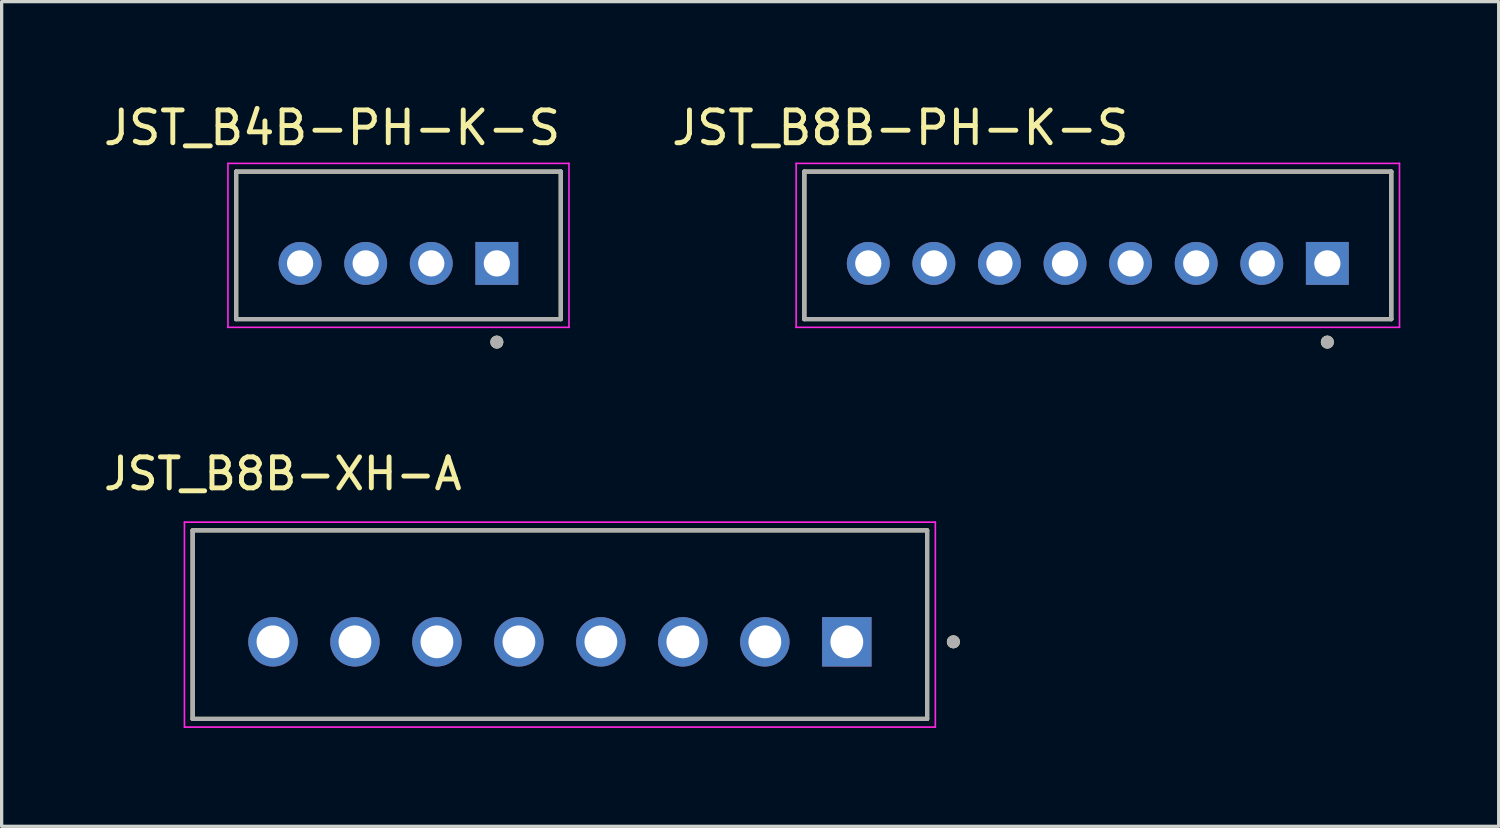
<source format=kicad_pcb>
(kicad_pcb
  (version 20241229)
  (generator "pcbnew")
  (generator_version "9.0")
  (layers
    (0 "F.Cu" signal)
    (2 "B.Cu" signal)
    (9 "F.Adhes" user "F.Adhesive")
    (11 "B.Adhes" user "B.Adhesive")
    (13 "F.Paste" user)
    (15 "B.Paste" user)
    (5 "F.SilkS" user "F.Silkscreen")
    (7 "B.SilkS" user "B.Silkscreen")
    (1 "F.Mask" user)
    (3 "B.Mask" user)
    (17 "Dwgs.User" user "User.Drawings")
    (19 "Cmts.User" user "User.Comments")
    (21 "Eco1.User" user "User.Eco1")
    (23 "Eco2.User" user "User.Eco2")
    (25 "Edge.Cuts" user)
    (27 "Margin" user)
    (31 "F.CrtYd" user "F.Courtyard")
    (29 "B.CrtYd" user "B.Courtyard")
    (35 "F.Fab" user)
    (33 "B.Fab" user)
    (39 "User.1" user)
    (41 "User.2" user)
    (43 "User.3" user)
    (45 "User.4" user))
  (footprint "JST_B4B-PH-K-S"
    (layer "F.Cu")
    (at 9.102 4.433)
    (property "Reference" "JST_B4B-PH-K-S" (at -2.025 -3.585 0) (layer "F.SilkS") (effects (font (size 1 1) (thickness 0.15))))
    (attr through_hole)
    (fp_line (start -4.95 -2.25) (end 4.95 -2.25) (stroke (width 0.127) (type solid)) (layer "F.SilkS"))
    (fp_line (start -4.95 2.25) (end -4.95 -2.25) (stroke (width 0.127) (type solid)) (layer "F.SilkS"))
    (fp_line (start 4.95 -2.25) (end 4.95 2.25) (stroke (width 0.127) (type solid)) (layer "F.SilkS"))
    (fp_line (start 4.95 2.25) (end -4.95 2.25) (stroke (width 0.127) (type solid)) (layer "F.SilkS"))
    (fp_circle (center 3 2.95) (end 3.1 2.95) (stroke (width 0.2) (type solid)) (fill no) (layer "F.SilkS"))
    (fp_line (start -5.2 -2.5) (end 5.2 -2.5) (stroke (width 0.05) (type solid)) (layer "F.CrtYd"))
    (fp_line (start -5.2 2.5) (end -5.2 -2.5) (stroke (width 0.05) (type solid)) (layer "F.CrtYd"))
    (fp_line (start 5.2 -2.5) (end 5.2 2.5) (stroke (width 0.05) (type solid)) (layer "F.CrtYd"))
    (fp_line (start 5.2 2.5) (end -5.2 2.5) (stroke (width 0.05) (type solid)) (layer "F.CrtYd"))
    (fp_line (start -4.95 -2.25) (end 4.95 -2.25) (stroke (width 0.127) (type solid)) (layer "F.Fab"))
    (fp_line (start -4.95 2.25) (end -4.95 -2.25) (stroke (width 0.127) (type solid)) (layer "F.Fab"))
    (fp_line (start 4.95 -2.25) (end 4.95 2.25) (stroke (width 0.127) (type solid)) (layer "F.Fab"))
    (fp_line (start 4.95 2.25) (end -4.95 2.25) (stroke (width 0.127) (type solid)) (layer "F.Fab"))
    (fp_circle (center 3 2.95) (end 3.1 2.95) (stroke (width 0.2) (type solid)) (fill no) (layer "F.Fab"))
    (pad "1" thru_hole rect (at 3 0.55) (size 1.308 1.308) (drill 0.8) (layers "*.Cu" "*.Mask"))
    (pad "2" thru_hole circle (at 1 0.55) (size 1.308 1.308) (drill 0.8) (layers "*.Cu" "*.Mask"))
    (pad "3" thru_hole circle (at -1 0.55) (size 1.308 1.308) (drill 0.8) (layers "*.Cu" "*.Mask"))
    (pad "4" thru_hole circle (at -3 0.55) (size 1.308 1.308) (drill 0.8) (layers "*.Cu" "*.Mask")))
  (footprint "JST_B8B-XH-A"
    (layer "F.Cu")
    (at 14.025 15.999)
    (property "Reference" "JST_B8B-XH-A" (at -8.45 -4.6 0) (layer "F.SilkS") (effects (font (size 0.945 0.945) (thickness 0.15))))
    (attr through_hole)
    (fp_line (start -11.2 -2.875) (end 11.2 -2.875) (stroke (width 0.127) (type solid)) (layer "F.SilkS"))
    (fp_line (start -11.2 2.875) (end -11.2 -2.875) (stroke (width 0.127) (type solid)) (layer "F.SilkS"))
    (fp_line (start 11.2 -2.875) (end 11.2 2.875) (stroke (width 0.127) (type solid)) (layer "F.SilkS"))
    (fp_line (start 11.2 2.875) (end -11.2 2.875) (stroke (width 0.127) (type solid)) (layer "F.SilkS"))
    (fp_circle (center 12 0.525) (end 12.1 0.525) (stroke (width 0.2) (type solid)) (fill no) (layer "F.SilkS"))
    (fp_line (start -11.45 -3.125) (end 11.45 -3.125) (stroke (width 0.05) (type solid)) (layer "F.CrtYd"))
    (fp_line (start -11.45 3.125) (end -11.45 -3.125) (stroke (width 0.05) (type solid)) (layer "F.CrtYd"))
    (fp_line (start 11.45 -3.125) (end 11.45 3.125) (stroke (width 0.05) (type solid)) (layer "F.CrtYd"))
    (fp_line (start 11.45 3.125) (end -11.45 3.125) (stroke (width 0.05) (type solid)) (layer "F.CrtYd"))
    (fp_line (start -11.2 -2.875) (end 11.2 -2.875) (stroke (width 0.127) (type solid)) (layer "F.Fab"))
    (fp_line (start -11.2 2.875) (end -11.2 -2.875) (stroke (width 0.127) (type solid)) (layer "F.Fab"))
    (fp_line (start 11.2 -2.875) (end 11.2 2.875) (stroke (width 0.127) (type solid)) (layer "F.Fab"))
    (fp_line (start 11.2 2.875) (end -11.2 2.875) (stroke (width 0.127) (type solid)) (layer "F.Fab"))
    (fp_circle (center 12 0.525) (end 12.1 0.525) (stroke (width 0.2) (type solid)) (fill no) (layer "F.Fab"))
    (pad "1" thru_hole rect (at 8.75 0.525) (size 1.508 1.508) (drill 1) (layers "*.Cu" "*.Mask"))
    (pad "2" thru_hole circle (at 6.25 0.525) (size 1.508 1.508) (drill 1) (layers "*.Cu" "*.Mask"))
    (pad "3" thru_hole circle (at 3.75 0.525) (size 1.508 1.508) (drill 1) (layers "*.Cu" "*.Mask"))
    (pad "4" thru_hole circle (at 1.25 0.525) (size 1.508 1.508) (drill 1) (layers "*.Cu" "*.Mask"))
    (pad "5" thru_hole circle (at -1.25 0.525) (size 1.508 1.508) (drill 1) (layers "*.Cu" "*.Mask"))
    (pad "6" thru_hole circle (at -3.75 0.525) (size 1.508 1.508) (drill 1) (layers "*.Cu" "*.Mask"))
    (pad "7" thru_hole circle (at -6.25 0.525) (size 1.508 1.508) (drill 1) (layers "*.Cu" "*.Mask"))
    (pad "8" thru_hole circle (at -8.75 0.525) (size 1.508 1.508) (drill 1) (layers "*.Cu" "*.Mask")))
  (footprint "JST_B8B-PH-K-S"
    (layer "F.Cu")
    (at 30.43 4.433)
    (property "Reference" "JST_B8B-PH-K-S" (at -6.025 -3.585 0) (layer "F.SilkS") (effects (font (size 1 1) (thickness 0.15))))
    (attr through_hole)
    (fp_line (start -8.95 -2.25) (end 8.95 -2.25) (stroke (width 0.127) (type solid)) (layer "F.SilkS"))
    (fp_line (start -8.95 2.25) (end -8.95 -2.25) (stroke (width 0.127) (type solid)) (layer "F.SilkS"))
    (fp_line (start 8.95 -2.25) (end 8.95 2.25) (stroke (width 0.127) (type solid)) (layer "F.SilkS"))
    (fp_line (start 8.95 2.25) (end -8.95 2.25) (stroke (width 0.127) (type solid)) (layer "F.SilkS"))
    (fp_circle (center 7 2.95) (end 7.1 2.95) (stroke (width 0.2) (type solid)) (fill no) (layer "F.SilkS"))
    (fp_line (start -9.2 -2.5) (end 9.2 -2.5) (stroke (width 0.05) (type solid)) (layer "F.CrtYd"))
    (fp_line (start -9.2 2.5) (end -9.2 -2.5) (stroke (width 0.05) (type solid)) (layer "F.CrtYd"))
    (fp_line (start 9.2 -2.5) (end 9.2 2.5) (stroke (width 0.05) (type solid)) (layer "F.CrtYd"))
    (fp_line (start 9.2 2.5) (end -9.2 2.5) (stroke (width 0.05) (type solid)) (layer "F.CrtYd"))
    (fp_line (start -8.95 -2.25) (end 8.95 -2.25) (stroke (width 0.127) (type solid)) (layer "F.Fab"))
    (fp_line (start -8.95 2.25) (end -8.95 -2.25) (stroke (width 0.127) (type solid)) (layer "F.Fab"))
    (fp_line (start 8.95 -2.25) (end 8.95 2.25) (stroke (width 0.127) (type solid)) (layer "F.Fab"))
    (fp_line (start 8.95 2.25) (end -8.95 2.25) (stroke (width 0.127) (type solid)) (layer "F.Fab"))
    (fp_circle (center 7 2.95) (end 7.1 2.95) (stroke (width 0.2) (type solid)) (fill no) (layer "F.Fab"))
    (pad "1" thru_hole rect (at 7 0.55) (size 1.308 1.308) (drill 0.8) (layers "*.Cu" "*.Mask"))
    (pad "2" thru_hole circle (at 5 0.55) (size 1.308 1.308) (drill 0.8) (layers "*.Cu" "*.Mask"))
    (pad "3" thru_hole circle (at 3 0.55) (size 1.308 1.308) (drill 0.8) (layers "*.Cu" "*.Mask"))
    (pad "4" thru_hole circle (at 1 0.55) (size 1.308 1.308) (drill 0.8) (layers "*.Cu" "*.Mask"))
    (pad "5" thru_hole circle (at -1 0.55) (size 1.308 1.308) (drill 0.8) (layers "*.Cu" "*.Mask"))
    (pad "6" thru_hole circle (at -3 0.55) (size 1.308 1.308) (drill 0.8) (layers "*.Cu" "*.Mask"))
    (pad "7" thru_hole circle (at -5 0.55) (size 1.308 1.308) (drill 0.8) (layers "*.Cu" "*.Mask"))
    (pad "8" thru_hole circle (at -7 0.55) (size 1.308 1.308) (drill 0.8) (layers "*.Cu" "*.Mask")))
  (gr_rect
    (start -3 -3)
    (end 42.655 22.149)
    (stroke (width 0.1) (type default))
    (fill no)
    (layer "Edge.Cuts")))
</source>
